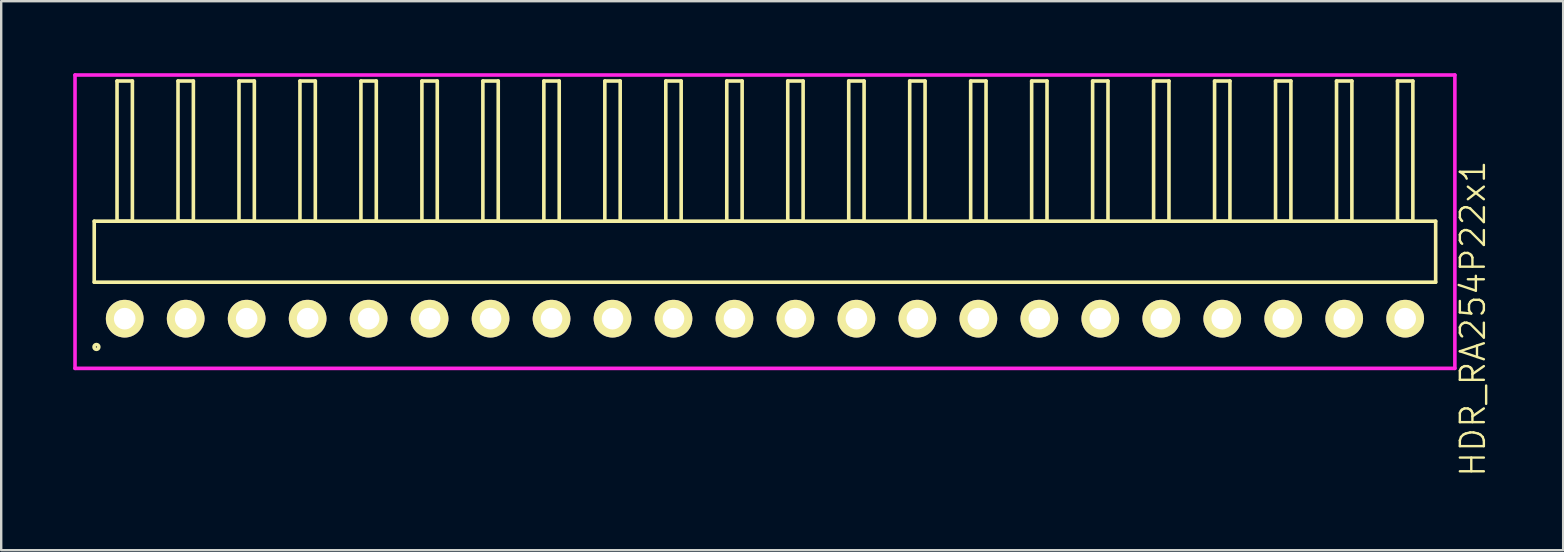
<source format=kicad_pcb>
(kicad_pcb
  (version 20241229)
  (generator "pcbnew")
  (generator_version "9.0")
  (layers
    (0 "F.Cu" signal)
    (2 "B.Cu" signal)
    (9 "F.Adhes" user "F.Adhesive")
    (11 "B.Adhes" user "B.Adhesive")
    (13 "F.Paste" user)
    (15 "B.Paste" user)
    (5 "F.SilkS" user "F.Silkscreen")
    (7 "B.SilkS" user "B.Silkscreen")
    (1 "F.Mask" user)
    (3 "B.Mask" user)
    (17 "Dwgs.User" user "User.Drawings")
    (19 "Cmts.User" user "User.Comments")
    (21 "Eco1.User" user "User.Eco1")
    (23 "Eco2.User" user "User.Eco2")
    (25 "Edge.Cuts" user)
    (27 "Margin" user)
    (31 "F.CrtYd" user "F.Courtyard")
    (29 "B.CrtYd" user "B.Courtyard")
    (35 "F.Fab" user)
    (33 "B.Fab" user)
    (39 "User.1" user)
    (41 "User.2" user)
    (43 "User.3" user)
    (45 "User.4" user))
  (footprint "HDR_RA254P22x1"
    (layer "F.Cu")
    (at 28.815 10.225)
    (property "Reference" "HDR_RA254P22x1" (at 29.49 0 90) (layer "F.SilkS") (effects (font (size 1 1) (thickness 0.1))))
    (attr through_hole)
    (fp_line (start -27.94 -4.06) (end -27.94 -1.52) (stroke (width 0.15) (type solid)) (layer "F.SilkS"))
    (fp_line (start -27.94 -1.52) (end 27.94 -1.52) (stroke (width 0.15) (type solid)) (layer "F.SilkS"))
    (fp_line (start -26.99 -9.9) (end -26.99 -4.06) (stroke (width 0.15) (type solid)) (layer "F.SilkS"))
    (fp_line (start -26.99 -4.06) (end -26.35 -4.06) (stroke (width 0.15) (type solid)) (layer "F.SilkS"))
    (fp_line (start -26.35 -9.9) (end -26.99 -9.9) (stroke (width 0.15) (type solid)) (layer "F.SilkS"))
    (fp_line (start -26.35 -4.06) (end -26.35 -9.9) (stroke (width 0.15) (type solid)) (layer "F.SilkS"))
    (fp_line (start -24.45 -9.9) (end -24.45 -4.06) (stroke (width 0.15) (type solid)) (layer "F.SilkS"))
    (fp_line (start -24.45 -4.06) (end -23.81 -4.06) (stroke (width 0.15) (type solid)) (layer "F.SilkS"))
    (fp_line (start -23.81 -9.9) (end -24.45 -9.9) (stroke (width 0.15) (type solid)) (layer "F.SilkS"))
    (fp_line (start -23.81 -4.06) (end -23.81 -9.9) (stroke (width 0.15) (type solid)) (layer "F.SilkS"))
    (fp_line (start -21.91 -9.9) (end -21.91 -4.06) (stroke (width 0.15) (type solid)) (layer "F.SilkS"))
    (fp_line (start -21.91 -4.06) (end -21.27 -4.06) (stroke (width 0.15) (type solid)) (layer "F.SilkS"))
    (fp_line (start -21.27 -9.9) (end -21.91 -9.9) (stroke (width 0.15) (type solid)) (layer "F.SilkS"))
    (fp_line (start -21.27 -4.06) (end -21.27 -9.9) (stroke (width 0.15) (type solid)) (layer "F.SilkS"))
    (fp_line (start -19.37 -9.9) (end -19.37 -4.06) (stroke (width 0.15) (type solid)) (layer "F.SilkS"))
    (fp_line (start -19.37 -4.06) (end -18.73 -4.06) (stroke (width 0.15) (type solid)) (layer "F.SilkS"))
    (fp_line (start -18.73 -9.9) (end -19.37 -9.9) (stroke (width 0.15) (type solid)) (layer "F.SilkS"))
    (fp_line (start -18.73 -4.06) (end -18.73 -9.9) (stroke (width 0.15) (type solid)) (layer "F.SilkS"))
    (fp_line (start -16.83 -9.9) (end -16.83 -4.06) (stroke (width 0.15) (type solid)) (layer "F.SilkS"))
    (fp_line (start -16.83 -4.06) (end -16.19 -4.06) (stroke (width 0.15) (type solid)) (layer "F.SilkS"))
    (fp_line (start -16.19 -9.9) (end -16.83 -9.9) (stroke (width 0.15) (type solid)) (layer "F.SilkS"))
    (fp_line (start -16.19 -4.06) (end -16.19 -9.9) (stroke (width 0.15) (type solid)) (layer "F.SilkS"))
    (fp_line (start -14.29 -9.9) (end -14.29 -4.06) (stroke (width 0.15) (type solid)) (layer "F.SilkS"))
    (fp_line (start -14.29 -4.06) (end -13.65 -4.06) (stroke (width 0.15) (type solid)) (layer "F.SilkS"))
    (fp_line (start -13.65 -9.9) (end -14.29 -9.9) (stroke (width 0.15) (type solid)) (layer "F.SilkS"))
    (fp_line (start -13.65 -4.06) (end -13.65 -9.9) (stroke (width 0.15) (type solid)) (layer "F.SilkS"))
    (fp_line (start -11.75 -9.9) (end -11.75 -4.06) (stroke (width 0.15) (type solid)) (layer "F.SilkS"))
    (fp_line (start -11.75 -4.06) (end -11.11 -4.06) (stroke (width 0.15) (type solid)) (layer "F.SilkS"))
    (fp_line (start -11.11 -9.9) (end -11.75 -9.9) (stroke (width 0.15) (type solid)) (layer "F.SilkS"))
    (fp_line (start -11.11 -4.06) (end -11.11 -9.9) (stroke (width 0.15) (type solid)) (layer "F.SilkS"))
    (fp_line (start -9.21 -9.9) (end -9.21 -4.06) (stroke (width 0.15) (type solid)) (layer "F.SilkS"))
    (fp_line (start -9.21 -4.06) (end -8.57 -4.06) (stroke (width 0.15) (type solid)) (layer "F.SilkS"))
    (fp_line (start -8.57 -9.9) (end -9.21 -9.9) (stroke (width 0.15) (type solid)) (layer "F.SilkS"))
    (fp_line (start -8.57 -4.06) (end -8.57 -9.9) (stroke (width 0.15) (type solid)) (layer "F.SilkS"))
    (fp_line (start -6.67 -9.9) (end -6.67 -4.06) (stroke (width 0.15) (type solid)) (layer "F.SilkS"))
    (fp_line (start -6.67 -4.06) (end -6.03 -4.06) (stroke (width 0.15) (type solid)) (layer "F.SilkS"))
    (fp_line (start -6.03 -9.9) (end -6.67 -9.9) (stroke (width 0.15) (type solid)) (layer "F.SilkS"))
    (fp_line (start -6.03 -4.06) (end -6.03 -9.9) (stroke (width 0.15) (type solid)) (layer "F.SilkS"))
    (fp_line (start -4.13 -9.9) (end -4.13 -4.06) (stroke (width 0.15) (type solid)) (layer "F.SilkS"))
    (fp_line (start -4.13 -4.06) (end -3.49 -4.06) (stroke (width 0.15) (type solid)) (layer "F.SilkS"))
    (fp_line (start -3.49 -9.9) (end -4.13 -9.9) (stroke (width 0.15) (type solid)) (layer "F.SilkS"))
    (fp_line (start -3.49 -4.06) (end -3.49 -9.9) (stroke (width 0.15) (type solid)) (layer "F.SilkS"))
    (fp_line (start -1.59 -9.9) (end -1.59 -4.06) (stroke (width 0.15) (type solid)) (layer "F.SilkS"))
    (fp_line (start -1.59 -4.06) (end -0.95 -4.06) (stroke (width 0.15) (type solid)) (layer "F.SilkS"))
    (fp_line (start -0.95 -9.9) (end -1.59 -9.9) (stroke (width 0.15) (type solid)) (layer "F.SilkS"))
    (fp_line (start -0.95 -4.06) (end -0.95 -9.9) (stroke (width 0.15) (type solid)) (layer "F.SilkS"))
    (fp_line (start 0.95 -9.9) (end 0.95 -4.06) (stroke (width 0.15) (type solid)) (layer "F.SilkS"))
    (fp_line (start 0.95 -4.06) (end 1.59 -4.06) (stroke (width 0.15) (type solid)) (layer "F.SilkS"))
    (fp_line (start 1.59 -9.9) (end 0.95 -9.9) (stroke (width 0.15) (type solid)) (layer "F.SilkS"))
    (fp_line (start 1.59 -4.06) (end 1.59 -9.9) (stroke (width 0.15) (type solid)) (layer "F.SilkS"))
    (fp_line (start 3.49 -9.9) (end 3.49 -4.06) (stroke (width 0.15) (type solid)) (layer "F.SilkS"))
    (fp_line (start 3.49 -4.06) (end 4.13 -4.06) (stroke (width 0.15) (type solid)) (layer "F.SilkS"))
    (fp_line (start 4.13 -9.9) (end 3.49 -9.9) (stroke (width 0.15) (type solid)) (layer "F.SilkS"))
    (fp_line (start 4.13 -4.06) (end 4.13 -9.9) (stroke (width 0.15) (type solid)) (layer "F.SilkS"))
    (fp_line (start 6.03 -9.9) (end 6.03 -4.06) (stroke (width 0.15) (type solid)) (layer "F.SilkS"))
    (fp_line (start 6.03 -4.06) (end 6.67 -4.06) (stroke (width 0.15) (type solid)) (layer "F.SilkS"))
    (fp_line (start 6.67 -9.9) (end 6.03 -9.9) (stroke (width 0.15) (type solid)) (layer "F.SilkS"))
    (fp_line (start 6.67 -4.06) (end 6.67 -9.9) (stroke (width 0.15) (type solid)) (layer "F.SilkS"))
    (fp_line (start 8.57 -9.9) (end 8.57 -4.06) (stroke (width 0.15) (type solid)) (layer "F.SilkS"))
    (fp_line (start 8.57 -4.06) (end 9.21 -4.06) (stroke (width 0.15) (type solid)) (layer "F.SilkS"))
    (fp_line (start 9.21 -9.9) (end 8.57 -9.9) (stroke (width 0.15) (type solid)) (layer "F.SilkS"))
    (fp_line (start 9.21 -4.06) (end 9.21 -9.9) (stroke (width 0.15) (type solid)) (layer "F.SilkS"))
    (fp_line (start 11.11 -9.9) (end 11.11 -4.06) (stroke (width 0.15) (type solid)) (layer "F.SilkS"))
    (fp_line (start 11.11 -4.06) (end 11.75 -4.06) (stroke (width 0.15) (type solid)) (layer "F.SilkS"))
    (fp_line (start 11.75 -9.9) (end 11.11 -9.9) (stroke (width 0.15) (type solid)) (layer "F.SilkS"))
    (fp_line (start 11.75 -4.06) (end 11.75 -9.9) (stroke (width 0.15) (type solid)) (layer "F.SilkS"))
    (fp_line (start 13.65 -9.9) (end 13.65 -4.06) (stroke (width 0.15) (type solid)) (layer "F.SilkS"))
    (fp_line (start 13.65 -4.06) (end 14.29 -4.06) (stroke (width 0.15) (type solid)) (layer "F.SilkS"))
    (fp_line (start 14.29 -9.9) (end 13.65 -9.9) (stroke (width 0.15) (type solid)) (layer "F.SilkS"))
    (fp_line (start 14.29 -4.06) (end 14.29 -9.9) (stroke (width 0.15) (type solid)) (layer "F.SilkS"))
    (fp_line (start 16.19 -9.9) (end 16.19 -4.06) (stroke (width 0.15) (type solid)) (layer "F.SilkS"))
    (fp_line (start 16.19 -4.06) (end 16.83 -4.06) (stroke (width 0.15) (type solid)) (layer "F.SilkS"))
    (fp_line (start 16.83 -9.9) (end 16.19 -9.9) (stroke (width 0.15) (type solid)) (layer "F.SilkS"))
    (fp_line (start 16.83 -4.06) (end 16.83 -9.9) (stroke (width 0.15) (type solid)) (layer "F.SilkS"))
    (fp_line (start 18.73 -9.9) (end 18.73 -4.06) (stroke (width 0.15) (type solid)) (layer "F.SilkS"))
    (fp_line (start 18.73 -4.06) (end 19.37 -4.06) (stroke (width 0.15) (type solid)) (layer "F.SilkS"))
    (fp_line (start 19.37 -9.9) (end 18.73 -9.9) (stroke (width 0.15) (type solid)) (layer "F.SilkS"))
    (fp_line (start 19.37 -4.06) (end 19.37 -9.9) (stroke (width 0.15) (type solid)) (layer "F.SilkS"))
    (fp_line (start 21.27 -9.9) (end 21.27 -4.06) (stroke (width 0.15) (type solid)) (layer "F.SilkS"))
    (fp_line (start 21.27 -4.06) (end 21.91 -4.06) (stroke (width 0.15) (type solid)) (layer "F.SilkS"))
    (fp_line (start 21.91 -9.9) (end 21.27 -9.9) (stroke (width 0.15) (type solid)) (layer "F.SilkS"))
    (fp_line (start 21.91 -4.06) (end 21.91 -9.9) (stroke (width 0.15) (type solid)) (layer "F.SilkS"))
    (fp_line (start 23.81 -9.9) (end 23.81 -4.06) (stroke (width 0.15) (type solid)) (layer "F.SilkS"))
    (fp_line (start 23.81 -4.06) (end 24.45 -4.06) (stroke (width 0.15) (type solid)) (layer "F.SilkS"))
    (fp_line (start 24.45 -9.9) (end 23.81 -9.9) (stroke (width 0.15) (type solid)) (layer "F.SilkS"))
    (fp_line (start 24.45 -4.06) (end 24.45 -9.9) (stroke (width 0.15) (type solid)) (layer "F.SilkS"))
    (fp_line (start 26.35 -9.9) (end 26.35 -4.06) (stroke (width 0.15) (type solid)) (layer "F.SilkS"))
    (fp_line (start 26.35 -4.06) (end 26.99 -4.06) (stroke (width 0.15) (type solid)) (layer "F.SilkS"))
    (fp_line (start 26.99 -9.9) (end 26.35 -9.9) (stroke (width 0.15) (type solid)) (layer "F.SilkS"))
    (fp_line (start 26.99 -4.06) (end 26.99 -9.9) (stroke (width 0.15) (type solid)) (layer "F.SilkS"))
    (fp_line (start 27.94 -4.06) (end -27.94 -4.06) (stroke (width 0.15) (type solid)) (layer "F.SilkS"))
    (fp_line (start 27.94 -1.52) (end 27.94 -4.06) (stroke (width 0.15) (type solid)) (layer "F.SilkS"))
    (fp_circle (center -27.848 1.178) (end -27.748 1.178) (stroke (width 0.15) (type solid)) (fill no) (layer "F.SilkS"))
    (fp_line (start -28.74 -10.15) (end -28.74 2.07) (stroke (width 0.15) (type solid)) (layer "F.CrtYd"))
    (fp_line (start -28.74 2.07) (end 28.74 2.07) (stroke (width 0.15) (type solid)) (layer "F.CrtYd"))
    (fp_line (start 28.74 -10.15) (end -28.74 -10.15) (stroke (width 0.15) (type solid)) (layer "F.CrtYd"))
    (fp_line (start 28.74 2.07) (end 28.74 -10.15) (stroke (width 0.15) (type solid)) (layer "F.CrtYd"))
    (pad "1" thru_hole oval (at -26.67 0) (size 1.57 1.57) (drill 0.9) (layers "*.Cu" "*.Mask" "F.SilkS"))
    (pad "2" thru_hole oval (at -24.13 0) (size 1.57 1.57) (drill 0.9) (layers "*.Cu" "*.Mask" "F.SilkS"))
    (pad "3" thru_hole oval (at -21.59 0) (size 1.57 1.57) (drill 0.9) (layers "*.Cu" "*.Mask" "F.SilkS"))
    (pad "4" thru_hole oval (at -19.05 0) (size 1.57 1.57) (drill 0.9) (layers "*.Cu" "*.Mask" "F.SilkS"))
    (pad "5" thru_hole oval (at -16.51 0) (size 1.57 1.57) (drill 0.9) (layers "*.Cu" "*.Mask" "F.SilkS"))
    (pad "6" thru_hole oval (at -13.97 0) (size 1.57 1.57) (drill 0.9) (layers "*.Cu" "*.Mask" "F.SilkS"))
    (pad "7" thru_hole oval (at -11.43 0) (size 1.57 1.57) (drill 0.9) (layers "*.Cu" "*.Mask" "F.SilkS"))
    (pad "8" thru_hole oval (at -8.89 0) (size 1.57 1.57) (drill 0.9) (layers "*.Cu" "*.Mask" "F.SilkS"))
    (pad "9" thru_hole oval (at -6.35 0) (size 1.57 1.57) (drill 0.9) (layers "*.Cu" "*.Mask" "F.SilkS"))
    (pad "10" thru_hole oval (at -3.81 0) (size 1.57 1.57) (drill 0.9) (layers "*.Cu" "*.Mask" "F.SilkS"))
    (pad "11" thru_hole oval (at -1.27 0) (size 1.57 1.57) (drill 0.9) (layers "*.Cu" "*.Mask" "F.SilkS"))
    (pad "12" thru_hole oval (at 1.27 0) (size 1.57 1.57) (drill 0.9) (layers "*.Cu" "*.Mask" "F.SilkS"))
    (pad "13" thru_hole oval (at 3.81 0) (size 1.57 1.57) (drill 0.9) (layers "*.Cu" "*.Mask" "F.SilkS"))
    (pad "14" thru_hole oval (at 6.35 0) (size 1.57 1.57) (drill 0.9) (layers "*.Cu" "*.Mask" "F.SilkS"))
    (pad "15" thru_hole oval (at 8.89 0) (size 1.57 1.57) (drill 0.9) (layers "*.Cu" "*.Mask" "F.SilkS"))
    (pad "16" thru_hole oval (at 11.43 0) (size 1.57 1.57) (drill 0.9) (layers "*.Cu" "*.Mask" "F.SilkS"))
    (pad "17" thru_hole oval (at 13.97 0) (size 1.57 1.57) (drill 0.9) (layers "*.Cu" "*.Mask" "F.SilkS"))
    (pad "18" thru_hole oval (at 16.51 0) (size 1.57 1.57) (drill 0.9) (layers "*.Cu" "*.Mask" "F.SilkS"))
    (pad "19" thru_hole oval (at 19.05 0) (size 1.57 1.57) (drill 0.9) (layers "*.Cu" "*.Mask" "F.SilkS"))
    (pad "20" thru_hole oval (at 21.59 0) (size 1.57 1.57) (drill 0.9) (layers "*.Cu" "*.Mask" "F.SilkS"))
    (pad "21" thru_hole oval (at 24.13 0) (size 1.57 1.57) (drill 0.9) (layers "*.Cu" "*.Mask" "F.SilkS"))
    (pad "22" thru_hole oval (at 26.67 0) (size 1.57 1.57) (drill 0.9) (layers "*.Cu" "*.Mask" "F.SilkS")))
  (gr_rect
    (start -3 -3)
    (end 62.066 19.87)
    (stroke (width 0.1) (type default))
    (fill no)
    (layer "Edge.Cuts")))
</source>
